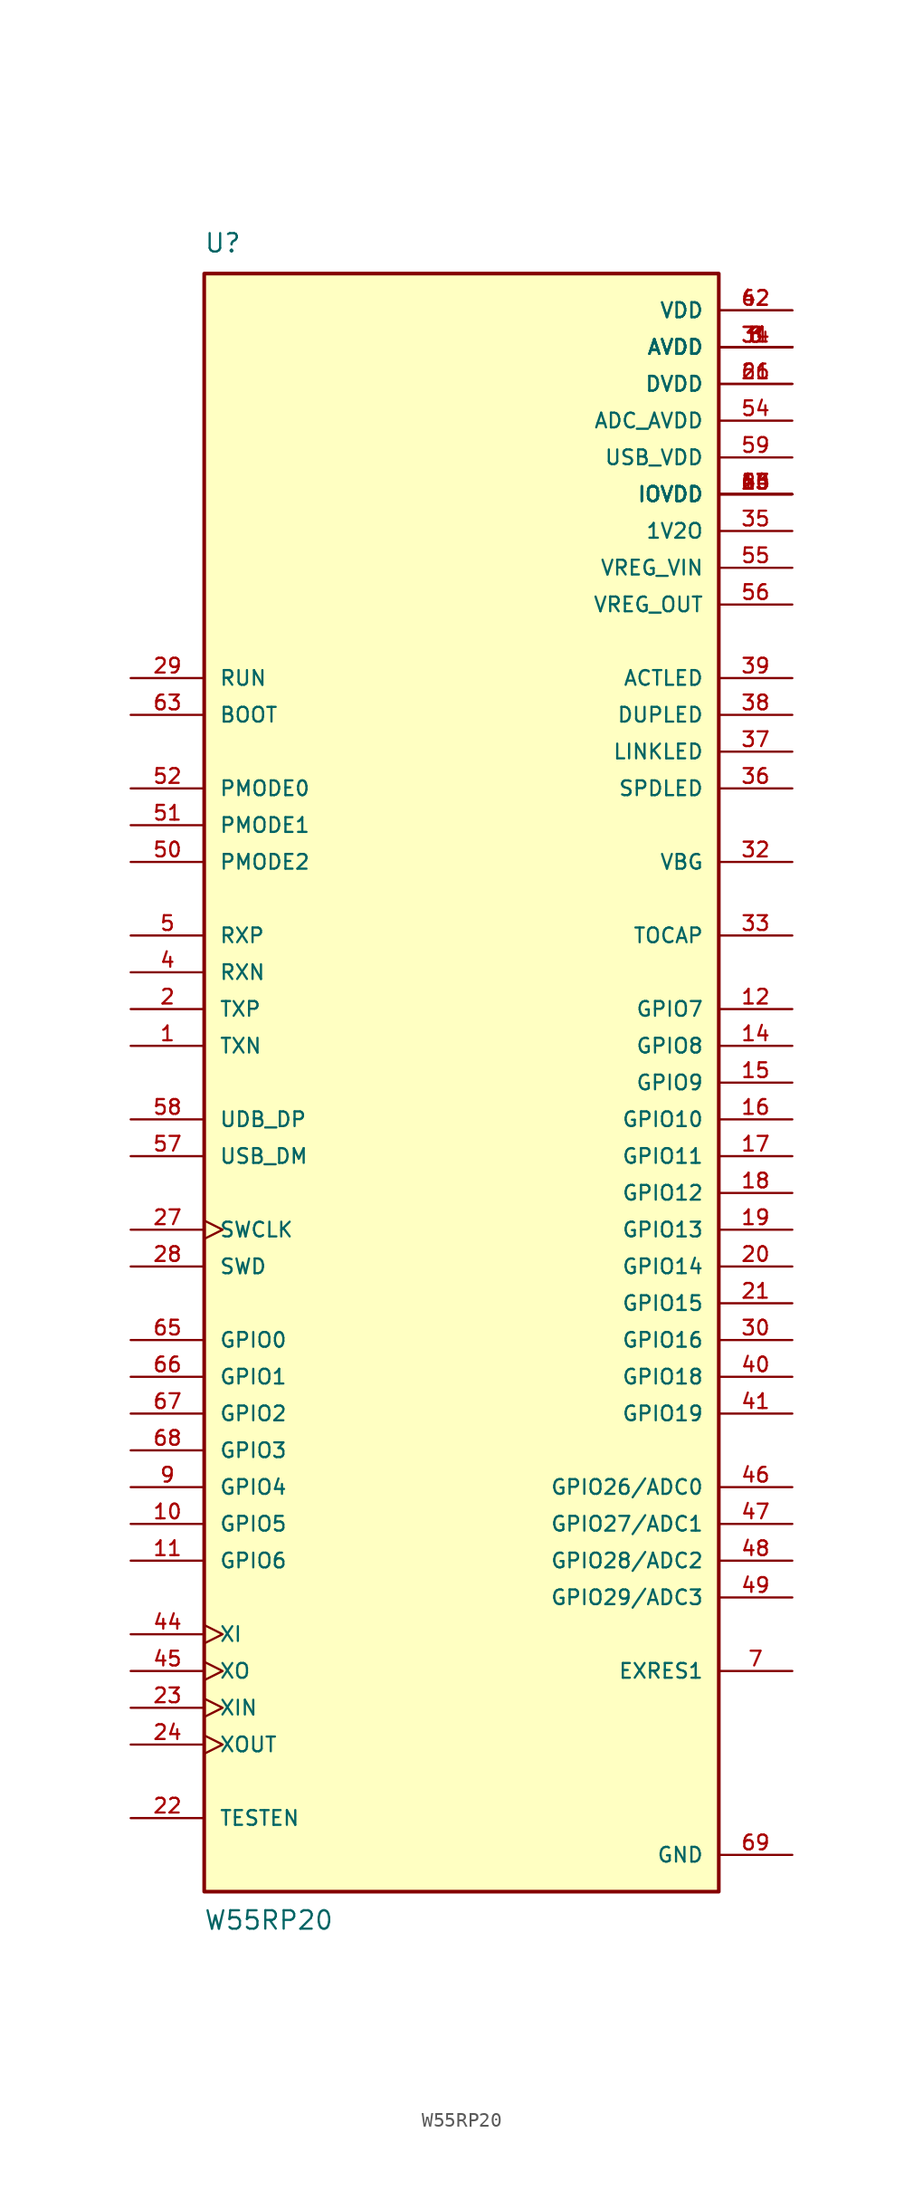
<source format=kicad_sym>
(kicad_symbol_lib
  (version 20211014)
  (generator kicad_symbol_editor)
  (symbol "W55RP20"
    (pin_names
      (offset 1.016))
    (property "Reference" "U"
      (at -17.806 57.242 0)
      (effects (font (size 1.27 1.27)) (justify bottom left)))
    (property "Value" "W55RP20"
      (at -17.831 -58.598 0)
      (effects (font (size 1.27 1.27)) (justify bottom left)))
    (symbol "W55RP20_0_0"
      (rectangle (start -17.78 -55.88) (end 17.78 55.88) (stroke (width 0.254)) (fill (type background)))
      (pin output line (at -22.86 2.54 0) (length 5.08) (name "TXN" (effects (font (size 1.016 1.016)))) (number "1" (effects (font (size 1.016 1.016)))))
      (pin output line (at -22.86 5.08 0) (length 5.08) (name "TXP" (effects (font (size 1.016 1.016)))) (number "2" (effects (font (size 1.016 1.016)))))
      (pin power_in line (at 22.86 50.8 180.0) (length 5.08) (name "AVDD" (effects (font (size 1.016 1.016)))) (number "3" (effects (font (size 1.016 1.016)))))
      (pin power_in line (at 22.86 50.8 180.0) (length 5.08) (name "AVDD" (effects (font (size 1.016 1.016)))) (number "6" (effects (font (size 1.016 1.016)))))
      (pin power_in line (at 22.86 50.8 180.0) (length 5.08) (name "AVDD" (effects (font (size 1.016 1.016)))) (number "8" (effects (font (size 1.016 1.016)))))
      (pin power_in line (at 22.86 50.8 180.0) (length 5.08) (name "AVDD" (effects (font (size 1.016 1.016)))) (number "31" (effects (font (size 1.016 1.016)))))
      (pin power_in line (at 22.86 50.8 180.0) (length 5.08) (name "AVDD" (effects (font (size 1.016 1.016)))) (number "34" (effects (font (size 1.016 1.016)))))
      (pin input line (at -22.86 7.62 0) (length 5.08) (name "RXN" (effects (font (size 1.016 1.016)))) (number "4" (effects (font (size 1.016 1.016)))))
      (pin input line (at -22.86 10.16 0) (length 5.08) (name "RXP" (effects (font (size 1.016 1.016)))) (number "5" (effects (font (size 1.016 1.016)))))
      (pin input line (at -22.86 27.94 0) (length 5.08) (name "RUN" (effects (font (size 1.016 1.016)))) (number "29" (effects (font (size 1.016 1.016)))))
      (pin passive line (at 22.86 -40.64 180.0) (length 5.08) (name "EXRES1" (effects (font (size 1.016 1.016)))) (number "7" (effects (font (size 1.016 1.016)))))
      (pin output line (at 22.86 15.24 180.0) (length 5.08) (name "VBG" (effects (font (size 1.016 1.016)))) (number "32" (effects (font (size 1.016 1.016)))))
      (pin output line (at 22.86 10.16 180.0) (length 5.08) (name "TOCAP" (effects (font (size 1.016 1.016)))) (number "33" (effects (font (size 1.016 1.016)))))
      (pin power_in line (at 22.86 38.1 180.0) (length 5.08) (name "1V2O" (effects (font (size 1.016 1.016)))) (number "35" (effects (font (size 1.016 1.016)))))
      (pin output line (at 22.86 20.32 180.0) (length 5.08) (name "SPDLED" (effects (font (size 1.016 1.016)))) (number "36" (effects (font (size 1.016 1.016)))))
      (pin output line (at 22.86 22.86 180.0) (length 5.08) (name "LINKLED" (effects (font (size 1.016 1.016)))) (number "37" (effects (font (size 1.016 1.016)))))
      (pin output line (at 22.86 25.4 180.0) (length 5.08) (name "DUPLED" (effects (font (size 1.016 1.016)))) (number "38" (effects (font (size 1.016 1.016)))))
      (pin output line (at 22.86 27.94 180.0) (length 5.08) (name "ACTLED" (effects (font (size 1.016 1.016)))) (number "39" (effects (font (size 1.016 1.016)))))
      (pin power_in line (at 22.86 53.34 180.0) (length 5.08) (name "VDD" (effects (font (size 1.016 1.016)))) (number "42" (effects (font (size 1.016 1.016)))))
      (pin power_in line (at 22.86 53.34 180.0) (length 5.08) (name "VDD" (effects (font (size 1.016 1.016)))) (number "62" (effects (font (size 1.016 1.016)))))
      (pin power_in line (at 22.86 -53.34 180.0) (length 5.08) (name "GND" (effects (font (size 1.016 1.016)))) (number "69" (effects (font (size 1.016 1.016)))))
      (pin input clock (at -22.86 -43.18 0) (length 5.08) (name "XIN" (effects (font (size 1.016 1.016)))) (number "23" (effects (font (size 1.016 1.016)))))
      (pin output clock (at -22.86 -45.72 0) (length 5.08) (name "XOUT" (effects (font (size 1.016 1.016)))) (number "24" (effects (font (size 1.016 1.016)))))
      (pin bidirectional line (at -22.86 -12.7 0) (length 5.08) (name "SWD" (effects (font (size 1.016 1.016)))) (number "28" (effects (font (size 1.016 1.016)))))
      (pin output clock (at -22.86 -10.16 0) (length 5.08) (name "SWCLK" (effects (font (size 1.016 1.016)))) (number "27" (effects (font (size 1.016 1.016)))))
      (pin input line (at -22.86 20.32 0) (length 5.08) (name "PMODE0" (effects (font (size 1.016 1.016)))) (number "52" (effects (font (size 1.016 1.016)))))
      (pin input line (at -22.86 17.78 0) (length 5.08) (name "PMODE1" (effects (font (size 1.016 1.016)))) (number "51" (effects (font (size 1.016 1.016)))))
      (pin input line (at -22.86 15.24 0) (length 5.08) (name "PMODE2" (effects (font (size 1.016 1.016)))) (number "50" (effects (font (size 1.016 1.016)))))
      (pin bidirectional line (at 22.86 -27.94 180.0) (length 5.08) (name "GPIO26/ADC0" (effects (font (size 1.016 1.016)))) (number "46" (effects (font (size 1.016 1.016)))))
      (pin bidirectional line (at 22.86 -30.48 180.0) (length 5.08) (name "GPIO27/ADC1" (effects (font (size 1.016 1.016)))) (number "47" (effects (font (size 1.016 1.016)))))
      (pin bidirectional line (at 22.86 -33.02 180.0) (length 5.08) (name "GPIO28/ADC2" (effects (font (size 1.016 1.016)))) (number "48" (effects (font (size 1.016 1.016)))))
      (pin bidirectional line (at 22.86 -35.56 180.0) (length 5.08) (name "GPIO29/ADC3" (effects (font (size 1.016 1.016)))) (number "49" (effects (font (size 1.016 1.016)))))
      (pin bidirectional line (at -22.86 -17.78 0) (length 5.08) (name "GPIO0" (effects (font (size 1.016 1.016)))) (number "65" (effects (font (size 1.016 1.016)))))
      (pin bidirectional line (at -22.86 -20.32 0) (length 5.08) (name "GPIO1" (effects (font (size 1.016 1.016)))) (number "66" (effects (font (size 1.016 1.016)))))
      (pin bidirectional line (at -22.86 -22.86 0) (length 5.08) (name "GPIO2" (effects (font (size 1.016 1.016)))) (number "67" (effects (font (size 1.016 1.016)))))
      (pin bidirectional line (at -22.86 -25.4 0) (length 5.08) (name "GPIO3" (effects (font (size 1.016 1.016)))) (number "68" (effects (font (size 1.016 1.016)))))
      (pin bidirectional line (at -22.86 -27.94 0) (length 5.08) (name "GPIO4" (effects (font (size 1.016 1.016)))) (number "9" (effects (font (size 1.016 1.016)))))
      (pin bidirectional line (at -22.86 -30.48 0) (length 5.08) (name "GPIO5" (effects (font (size 1.016 1.016)))) (number "10" (effects (font (size 1.016 1.016)))))
      (pin bidirectional line (at -22.86 -33.02 0) (length 5.08) (name "GPIO6" (effects (font (size 1.016 1.016)))) (number "11" (effects (font (size 1.016 1.016)))))
      (pin bidirectional line (at 22.86 5.08 180.0) (length 5.08) (name "GPIO7" (effects (font (size 1.016 1.016)))) (number "12" (effects (font (size 1.016 1.016)))))
      (pin bidirectional line (at 22.86 2.54 180.0) (length 5.08) (name "GPIO8" (effects (font (size 1.016 1.016)))) (number "14" (effects (font (size 1.016 1.016)))))
      (pin bidirectional line (at 22.86 0.0 180.0) (length 5.08) (name "GPIO9" (effects (font (size 1.016 1.016)))) (number "15" (effects (font (size 1.016 1.016)))))
      (pin bidirectional line (at 22.86 -2.54 180.0) (length 5.08) (name "GPIO10" (effects (font (size 1.016 1.016)))) (number "16" (effects (font (size 1.016 1.016)))))
      (pin bidirectional line (at 22.86 -5.08 180.0) (length 5.08) (name "GPIO11" (effects (font (size 1.016 1.016)))) (number "17" (effects (font (size 1.016 1.016)))))
      (pin bidirectional line (at 22.86 -7.62 180.0) (length 5.08) (name "GPIO12" (effects (font (size 1.016 1.016)))) (number "18" (effects (font (size 1.016 1.016)))))
      (pin bidirectional line (at 22.86 -10.16 180.0) (length 5.08) (name "GPIO13" (effects (font (size 1.016 1.016)))) (number "19" (effects (font (size 1.016 1.016)))))
      (pin bidirectional line (at 22.86 -12.7 180.0) (length 5.08) (name "GPIO14" (effects (font (size 1.016 1.016)))) (number "20" (effects (font (size 1.016 1.016)))))
      (pin bidirectional line (at 22.86 -15.24 180.0) (length 5.08) (name "GPIO15" (effects (font (size 1.016 1.016)))) (number "21" (effects (font (size 1.016 1.016)))))
      (pin power_in line (at 22.86 40.64 180.0) (length 5.08) (name "IOVDD" (effects (font (size 1.016 1.016)))) (number "13" (effects (font (size 1.016 1.016)))))
      (pin power_in line (at 22.86 40.64 180.0) (length 5.08) (name "IOVDD" (effects (font (size 1.016 1.016)))) (number "25" (effects (font (size 1.016 1.016)))))
      (pin power_in line (at 22.86 40.64 180.0) (length 5.08) (name "IOVDD" (effects (font (size 1.016 1.016)))) (number "43" (effects (font (size 1.016 1.016)))))
      (pin power_in line (at 22.86 40.64 180.0) (length 5.08) (name "IOVDD" (effects (font (size 1.016 1.016)))) (number "53" (effects (font (size 1.016 1.016)))))
      (pin power_in line (at 22.86 40.64 180.0) (length 5.08) (name "IOVDD" (effects (font (size 1.016 1.016)))) (number "60" (effects (font (size 1.016 1.016)))))
      (pin power_in line (at 22.86 40.64 180.0) (length 5.08) (name "IOVDD" (effects (font (size 1.016 1.016)))) (number "64" (effects (font (size 1.016 1.016)))))
      (pin power_in line (at 22.86 48.26 180.0) (length 5.08) (name "DVDD" (effects (font (size 1.016 1.016)))) (number "26" (effects (font (size 1.016 1.016)))))
      (pin power_in line (at 22.86 48.26 180.0) (length 5.08) (name "DVDD" (effects (font (size 1.016 1.016)))) (number "61" (effects (font (size 1.016 1.016)))))
      (pin input clock (at -22.86 -38.1 0) (length 5.08) (name "XI" (effects (font (size 1.016 1.016)))) (number "44" (effects (font (size 1.016 1.016)))))
      (pin output clock (at -22.86 -40.64 0) (length 5.08) (name "XO" (effects (font (size 1.016 1.016)))) (number "45" (effects (font (size 1.016 1.016)))))
      (pin power_in line (at 22.86 45.72 180.0) (length 5.08) (name "ADC_AVDD" (effects (font (size 1.016 1.016)))) (number "54" (effects (font (size 1.016 1.016)))))
      (pin power_in line (at 22.86 35.56 180.0) (length 5.08) (name "VREG_VIN" (effects (font (size 1.016 1.016)))) (number "55" (effects (font (size 1.016 1.016)))))
      (pin power_in line (at 22.86 33.02 180.0) (length 5.08) (name "VREG_OUT" (effects (font (size 1.016 1.016)))) (number "56" (effects (font (size 1.016 1.016)))))
      (pin bidirectional line (at -22.86 -5.08 0) (length 5.08) (name "USB_DM" (effects (font (size 1.016 1.016)))) (number "57" (effects (font (size 1.016 1.016)))))
      (pin bidirectional line (at -22.86 -2.54 0) (length 5.08) (name "UDB_DP" (effects (font (size 1.016 1.016)))) (number "58" (effects (font (size 1.016 1.016)))))
      (pin power_in line (at 22.86 43.18 180.0) (length 5.08) (name "USB_VDD" (effects (font (size 1.016 1.016)))) (number "59" (effects (font (size 1.016 1.016)))))
      (pin input line (at -22.86 -50.8 0) (length 5.08) (name "TESTEN" (effects (font (size 1.016 1.016)))) (number "22" (effects (font (size 1.016 1.016)))))
      (pin input line (at -22.86 25.4 0) (length 5.08) (name "BOOT" (effects (font (size 1.016 1.016)))) (number "63" (effects (font (size 1.016 1.016)))))
      (pin bidirectional line (at 22.86 -17.78 180.0) (length 5.08) (name "GPIO16" (effects (font (size 1.016 1.016)))) (number "30" (effects (font (size 1.016 1.016)))))
      (pin bidirectional line (at 22.86 -22.86 180.0) (length 5.08) (name "GPIO19" (effects (font (size 1.016 1.016)))) (number "41" (effects (font (size 1.016 1.016)))))
      (pin bidirectional line (at 22.86 -20.32 180.0) (length 5.08) (name "GPIO18" (effects (font (size 1.016 1.016)))) (number "40" (effects (font (size 1.016 1.016))))))))
</source>
